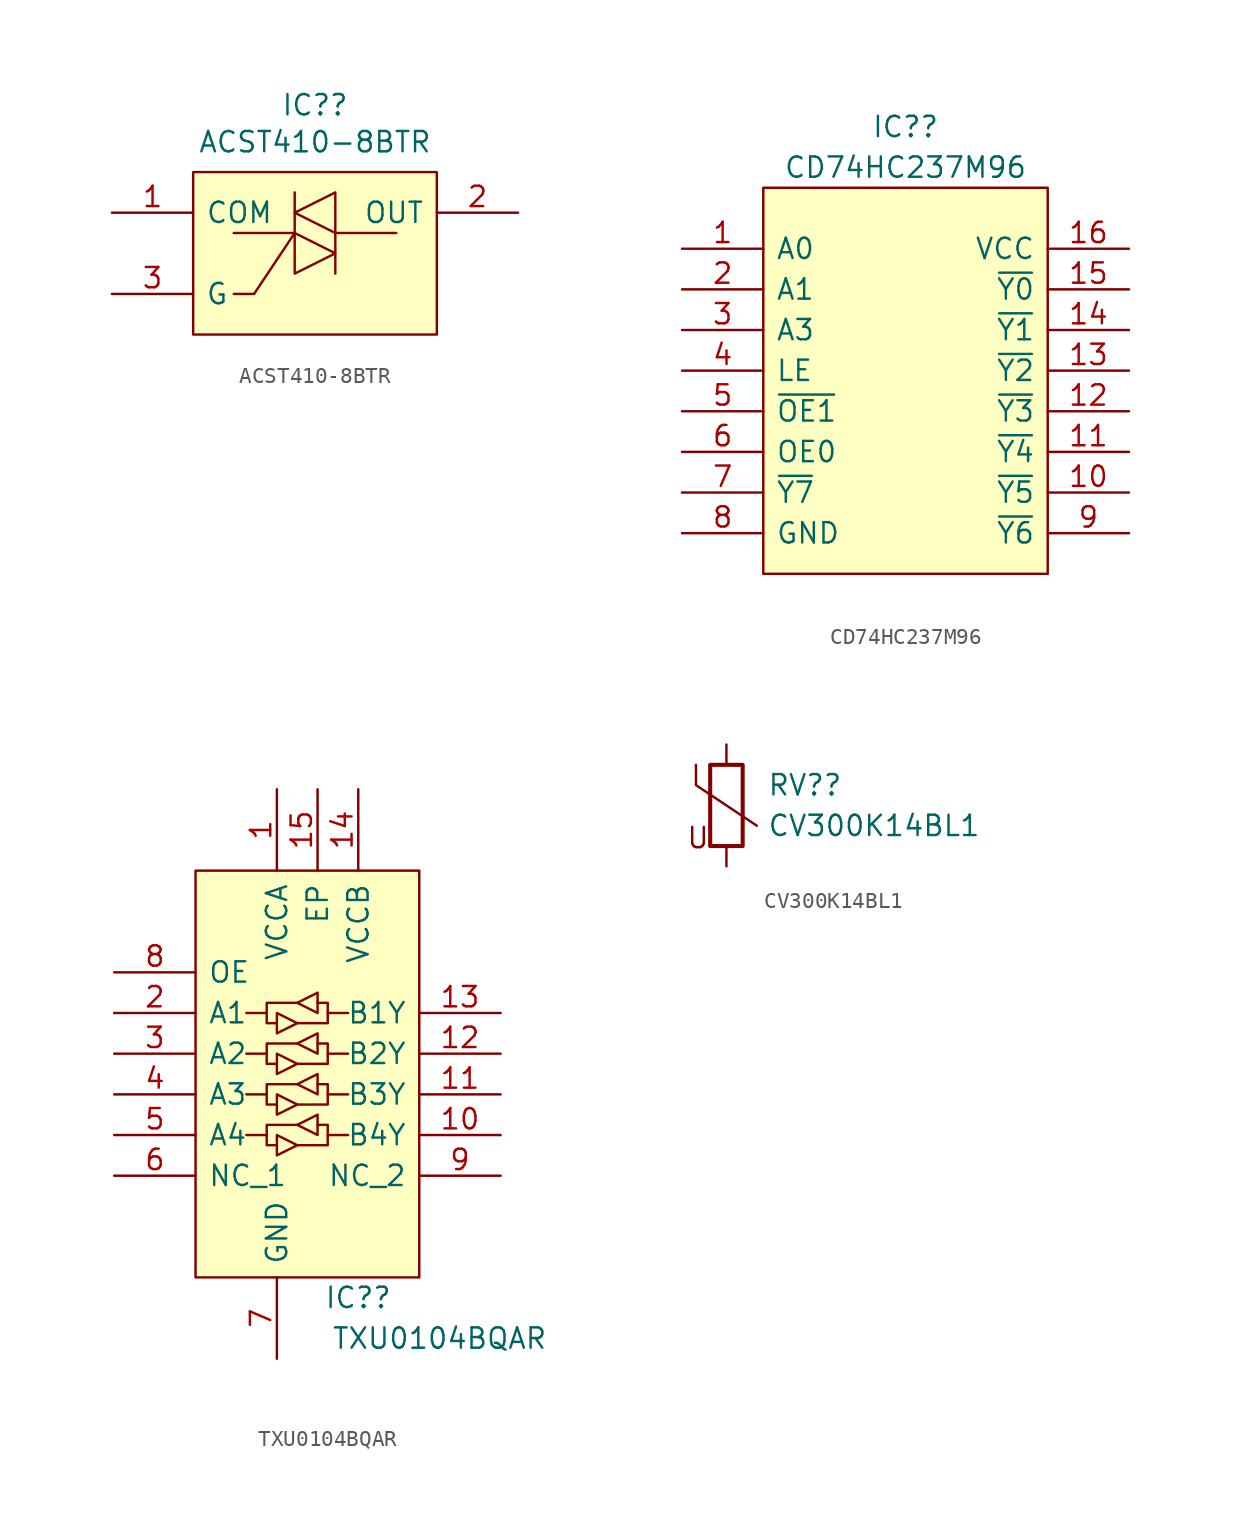
<source format=kicad_sym>
(kicad_symbol_lib
  (version 20211014)
  (generator kicad_symbol_editor)
  (symbol "Custom:ACST410-8BTR"
    (pin_names
      (offset 0.762))
    (property "Reference" "IC?"
      (at 12.7 6.731 0)
      (effects (font (size 1.27 1.27))))
    (property "Value" "ACST410-8BTR"
      (at 12.7 4.42 0)
      (effects (font (size 1.27 1.27))))
    (symbol "ACST410-8BTR_0_0"
      (pin passive line (at 0 0 0) (length 5.08) (name "COM" (effects (font (size 1.27 1.27)))) (number "1" (effects (font (size 1.27 1.27)))))
      (pin passive line (at 25.4 0 180) (length 5.08) (name "OUT" (effects (font (size 1.27 1.27)))) (number "2" (effects (font (size 1.27 1.27)))))
      (pin passive line (at 0 -5.08 0) (length 5.08) (name "G" (effects (font (size 1.27 1.27)))) (number "3" (effects (font (size 1.27 1.27))))))
    (symbol "ACST410-8BTR_0_1"
      (polyline (pts (xy 7.62 -5.08) (xy 8.89 -5.08) (xy 11.43 -1.27)) (stroke (width 0.152) (type default) (color 0 0 0 0)) (fill (type none)))
      (polyline (pts (xy 17.78 -1.27) (xy 13.97 -1.27) (xy 13.97 1.27) (xy 11.43 0) (xy 13.97 -1.27) (xy 13.97 -3.81)) (stroke (width 0.152) (type default) (color 0 0 0 0)) (fill (type none)))
      (polyline (pts (xy 7.62 -1.27) (xy 11.43 -1.27) (xy 11.43 -3.81) (xy 13.97 -2.54) (xy 11.43 -1.27) (xy 11.43 1.27) (xy 11.43 0)) (stroke (width 0.152) (type default) (color 0 0 0 0)) (fill (type none)))
      (rectangle (start 5.08 2.54) (end 20.32 -7.62) (stroke (width 0.152) (type default) (color 0 0 0 0)) (fill (type background)))))
  (symbol "Custom:CD74HC237M96"
    (pin_names
      (offset 0.762))
    (property "Reference" "IC?"
      (at 13.97 7.62 0)
      (effects (font (size 1.27 1.27))))
    (property "Value" "CD74HC237M96"
      (at 13.97 5.08 0)
      (effects (font (size 1.27 1.27))))
    (symbol "CD74HC237M96_0_0"
      (pin passive line (at 0 0 0) (length 5.08) (name "A0" (effects (font (size 1.27 1.27)))) (number "1" (effects (font (size 1.27 1.27)))))
      (pin passive line (at 27.94 -15.24 180) (length 5.08) (name "~{Y5}" (effects (font (size 1.27 1.27)))) (number "10" (effects (font (size 1.27 1.27)))))
      (pin passive line (at 27.94 -12.7 180) (length 5.08) (name "~{Y4}" (effects (font (size 1.27 1.27)))) (number "11" (effects (font (size 1.27 1.27)))))
      (pin passive line (at 27.94 -10.16 180) (length 5.08) (name "~{Y3}" (effects (font (size 1.27 1.27)))) (number "12" (effects (font (size 1.27 1.27)))))
      (pin passive line (at 27.94 -7.62 180) (length 5.08) (name "~{Y2}" (effects (font (size 1.27 1.27)))) (number "13" (effects (font (size 1.27 1.27)))))
      (pin passive line (at 27.94 -5.08 180) (length 5.08) (name "~{Y1}" (effects (font (size 1.27 1.27)))) (number "14" (effects (font (size 1.27 1.27)))))
      (pin passive line (at 27.94 -2.54 180) (length 5.08) (name "~{Y0}" (effects (font (size 1.27 1.27)))) (number "15" (effects (font (size 1.27 1.27)))))
      (pin passive line (at 27.94 0 180) (length 5.08) (name "VCC" (effects (font (size 1.27 1.27)))) (number "16" (effects (font (size 1.27 1.27)))))
      (pin passive line (at 0 -2.54 0) (length 5.08) (name "A1" (effects (font (size 1.27 1.27)))) (number "2" (effects (font (size 1.27 1.27)))))
      (pin passive line (at 0 -5.08 0) (length 5.08) (name "A3" (effects (font (size 1.27 1.27)))) (number "3" (effects (font (size 1.27 1.27)))))
      (pin passive line (at 0 -7.62 0) (length 5.08) (name "LE" (effects (font (size 1.27 1.27)))) (number "4" (effects (font (size 1.27 1.27)))))
      (pin passive line (at 0 -10.16 0) (length 5.08) (name "~{OE1}" (effects (font (size 1.27 1.27)))) (number "5" (effects (font (size 1.27 1.27)))))
      (pin passive line (at 0 -12.7 0) (length 5.08) (name "OE0" (effects (font (size 1.27 1.27)))) (number "6" (effects (font (size 1.27 1.27)))))
      (pin passive line (at 0 -15.24 0) (length 5.08) (name "~{Y7}" (effects (font (size 1.27 1.27)))) (number "7" (effects (font (size 1.27 1.27)))))
      (pin passive line (at 0 -17.78 0) (length 5.08) (name "GND" (effects (font (size 1.27 1.27)))) (number "8" (effects (font (size 1.27 1.27)))))
      (pin passive line (at 27.94 -17.78 180) (length 5.08) (name "~{Y6}" (effects (font (size 1.27 1.27)))) (number "9" (effects (font (size 1.27 1.27))))))
    (symbol "CD74HC237M96_0_1"
      (rectangle (start 5.08 3.81) (end 22.86 -20.32) (stroke (width 0.152) (type default) (color 0 0 0 0)) (fill (type background)))))
  (symbol "Custom:TXU0104BQAR"
    (pin_names
      (offset 0.762))
    (property "Reference" "IC?"
      (at 19.05 -17.78 0)
      (effects (font (size 1.27 1.27))))
    (property "Value" "TXU0104BQAR"
      (at 24.13 -20.32 0)
      (effects (font (size 1.27 1.27))))
    (symbol "TXU0104BQAR_0_0"
      (pin passive line (at 13.97 13.97 270) (length 5.08) (name "VCCA" (effects (font (size 1.27 1.27)))) (number "1" (effects (font (size 1.27 1.27)))))
      (pin passive line (at 27.94 -7.62 180) (length 5.08) (name "B4Y" (effects (font (size 1.27 1.27)))) (number "10" (effects (font (size 1.27 1.27)))))
      (pin passive line (at 27.94 -5.08 180) (length 5.08) (name "B3Y" (effects (font (size 1.27 1.27)))) (number "11" (effects (font (size 1.27 1.27)))))
      (pin passive line (at 27.94 -2.54 180) (length 5.08) (name "B2Y" (effects (font (size 1.27 1.27)))) (number "12" (effects (font (size 1.27 1.27)))))
      (pin passive line (at 27.94 0 180) (length 5.08) (name "B1Y" (effects (font (size 1.27 1.27)))) (number "13" (effects (font (size 1.27 1.27)))))
      (pin passive line (at 19.05 13.97 270) (length 5.08) (name "VCCB" (effects (font (size 1.27 1.27)))) (number "14" (effects (font (size 1.27 1.27)))))
      (pin passive line (at 16.51 13.97 270) (length 5.08) (name "EP" (effects (font (size 1.27 1.27)))) (number "15" (effects (font (size 1.27 1.27)))))
      (pin passive line (at 3.81 0 0) (length 5.08) (name "A1" (effects (font (size 1.27 1.27)))) (number "2" (effects (font (size 1.27 1.27)))))
      (pin passive line (at 3.81 -2.54 0) (length 5.08) (name "A2" (effects (font (size 1.27 1.27)))) (number "3" (effects (font (size 1.27 1.27)))))
      (pin passive line (at 3.81 -5.08 0) (length 5.08) (name "A3" (effects (font (size 1.27 1.27)))) (number "4" (effects (font (size 1.27 1.27)))))
      (pin passive line (at 3.81 -7.62 0) (length 5.08) (name "A4" (effects (font (size 1.27 1.27)))) (number "5" (effects (font (size 1.27 1.27)))))
      (pin passive line (at 3.81 -10.16 0) (length 5.08) (name "NC_1" (effects (font (size 1.27 1.27)))) (number "6" (effects (font (size 1.27 1.27)))))
      (pin passive line (at 13.97 -21.59 90) (length 5.08) (name "GND" (effects (font (size 1.27 1.27)))) (number "7" (effects (font (size 1.27 1.27)))))
      (pin passive line (at 3.81 2.54 0) (length 5.08) (name "OE" (effects (font (size 1.27 1.27)))) (number "8" (effects (font (size 1.27 1.27)))))
      (pin passive line (at 27.94 -10.16 180) (length 5.08) (name "NC_2" (effects (font (size 1.27 1.27)))) (number "9" (effects (font (size 1.27 1.27))))))
    (symbol "TXU0104BQAR_0_1"
      (polyline (pts (xy 15.24 -8.255) (xy 17.145 -8.255) (xy 17.145 -7.62) (xy 18.415 -7.62)) (stroke (width 0.152) (type default) (color 0 0 0 0)) (fill (type none)))
      (polyline (pts (xy 15.24 -5.715) (xy 17.145 -5.715) (xy 17.145 -5.08) (xy 18.415 -5.08)) (stroke (width 0.152) (type default) (color 0 0 0 0)) (fill (type none)))
      (polyline (pts (xy 15.24 -3.175) (xy 17.145 -3.175) (xy 17.145 -2.54) (xy 18.415 -2.54)) (stroke (width 0.152) (type default) (color 0 0 0 0)) (fill (type none)))
      (polyline (pts (xy 15.24 -0.635) (xy 17.145 -0.635) (xy 17.145 0) (xy 18.415 0)) (stroke (width 0.152) (type default) (color 0 0 0 0)) (fill (type none)))
      (polyline (pts (xy 16.51 -6.985) (xy 16.51 -7.62) (xy 15.24 -6.985) (xy 13.335 -6.985) (xy 13.335 -7.62)) (stroke (width 0.152) (type default) (color 0 0 0 0)) (fill (type none)))
      (polyline (pts (xy 16.51 -4.445) (xy 16.51 -5.08) (xy 15.24 -4.445) (xy 13.335 -4.445) (xy 13.335 -5.08)) (stroke (width 0.152) (type default) (color 0 0 0 0)) (fill (type none)))
      (polyline (pts (xy 16.51 -1.905) (xy 16.51 -2.54) (xy 15.24 -1.905) (xy 13.335 -1.905) (xy 13.335 -2.54)) (stroke (width 0.152) (type default) (color 0 0 0 0)) (fill (type none)))
      (polyline (pts (xy 16.51 0.635) (xy 16.51 0) (xy 15.24 0.635) (xy 13.335 0.635) (xy 13.335 0)) (stroke (width 0.152) (type default) (color 0 0 0 0)) (fill (type none)))
      (polyline (pts (xy 17.145 -7.62) (xy 17.145 -6.985) (xy 16.51 -6.985) (xy 16.51 -6.35) (xy 15.24 -6.985)) (stroke (width 0.152) (type default) (color 0 0 0 0)) (fill (type none)))
      (polyline (pts (xy 17.145 -5.08) (xy 17.145 -4.445) (xy 16.51 -4.445) (xy 16.51 -3.81) (xy 15.24 -4.445)) (stroke (width 0.152) (type default) (color 0 0 0 0)) (fill (type none)))
      (polyline (pts (xy 17.145 -2.54) (xy 17.145 -1.905) (xy 16.51 -1.905) (xy 16.51 -1.27) (xy 15.24 -1.905)) (stroke (width 0.152) (type default) (color 0 0 0 0)) (fill (type none)))
      (polyline (pts (xy 17.145 0) (xy 17.145 0.635) (xy 16.51 0.635) (xy 16.51 1.27) (xy 15.24 0.635)) (stroke (width 0.152) (type default) (color 0 0 0 0)) (fill (type none)))
      (polyline (pts (xy 12.065 -7.62) (xy 13.335 -7.62) (xy 13.335 -8.255) (xy 13.97 -8.255) (xy 13.97 -8.89) (xy 15.24 -8.255) (xy 13.97 -7.62) (xy 13.97 -8.255)) (stroke (width 0.152) (type default) (color 0 0 0 0)) (fill (type none)))
      (polyline (pts (xy 12.065 -5.08) (xy 13.335 -5.08) (xy 13.335 -5.715) (xy 13.97 -5.715) (xy 13.97 -6.35) (xy 15.24 -5.715) (xy 13.97 -5.08) (xy 13.97 -5.715)) (stroke (width 0.152) (type default) (color 0 0 0 0)) (fill (type none)))
      (polyline (pts (xy 12.065 -2.54) (xy 13.335 -2.54) (xy 13.335 -3.175) (xy 13.97 -3.175) (xy 13.97 -3.81) (xy 15.24 -3.175) (xy 13.97 -2.54) (xy 13.97 -3.175)) (stroke (width 0.152) (type default) (color 0 0 0 0)) (fill (type none)))
      (polyline (pts (xy 12.065 0) (xy 13.335 0) (xy 13.335 -0.635) (xy 13.97 -0.635) (xy 13.97 -1.27) (xy 15.24 -0.635) (xy 13.97 0) (xy 13.97 -0.635)) (stroke (width 0.152) (type default) (color 0 0 0 0)) (fill (type none)))
      (rectangle (start 8.89 8.89) (end 22.86 -16.51) (stroke (width 0.152) (type default) (color 0 0 0 0)) (fill (type background)))))
  (symbol "Device:CV300K14BL1"
    (pin_numbers hide)
    (pin_names
      (offset 0))
    (property "Reference" "RV?"
      (at 2.54 1.27 0)
      (effects (font (size 1.27 1.27)) (justify left)))
    (property "Value" "CV300K14BL1"
      (at 2.54 -1.27 0)
      (effects (font (size 1.27 1.27)) (justify left)))
    (symbol "CV300K14BL1_0_0"
      (text "U" (at -1.778 -2.032 0) (effects (font (size 1.27 1.27)))))
    (symbol "CV300K14BL1_0_1"
      (rectangle (start -1.016 -2.54) (end 1.016 2.54) (stroke (width 0.254) (type default) (color 0 0 0 0)) (fill (type none)))
      (polyline (pts (xy -1.905 2.54) (xy -1.905 1.27) (xy 1.905 -1.27)) (stroke (width 0) (type default) (color 0 0 0 0)) (fill (type none))))
    (symbol "CV300K14BL1_1_1"
      (pin passive line (at 0 3.81 270) (length 1.27) (name "~" (effects (font (size 1.27 1.27)))) (number "1" (effects (font (size 1.27 1.27)))))
      (pin passive line (at 0 -3.81 90) (length 1.27) (name "~" (effects (font (size 1.27 1.27)))) (number "2" (effects (font (size 1.27 1.27))))))))
</source>
